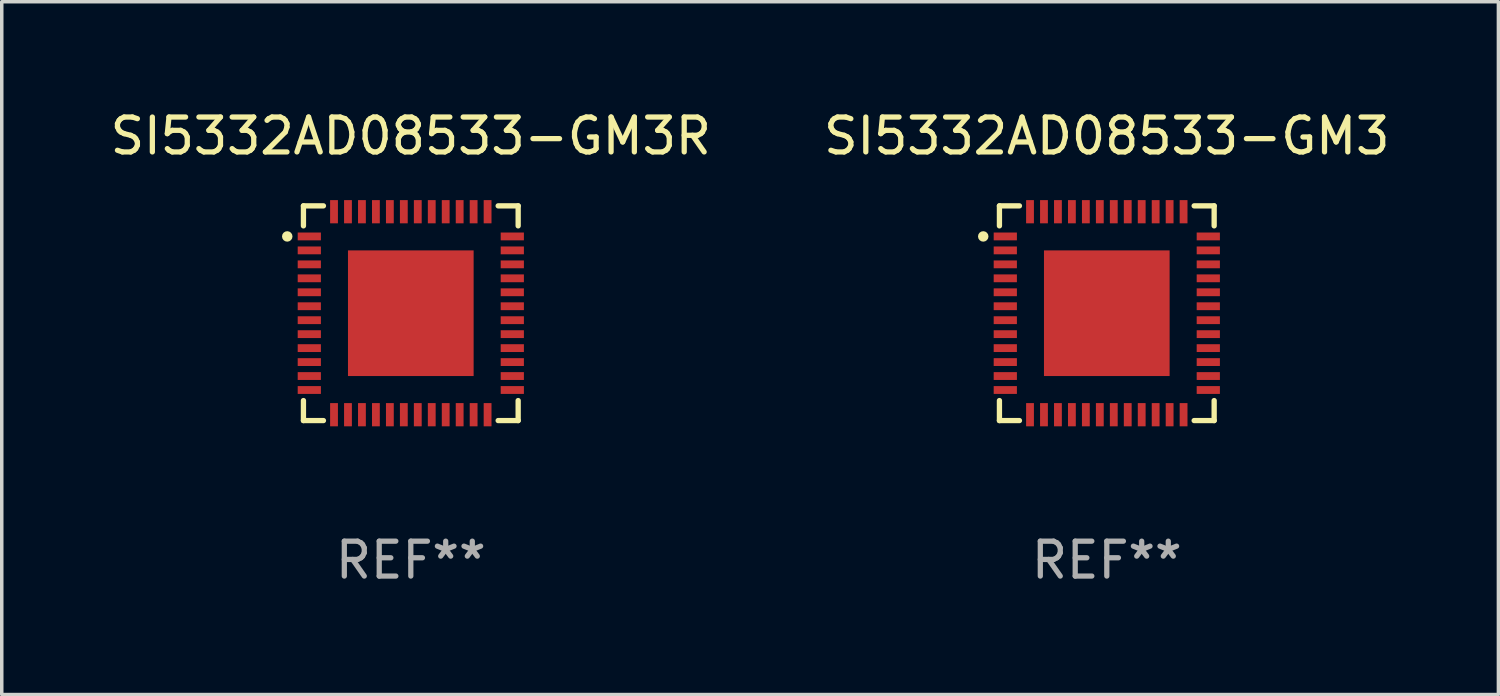
<source format=kicad_pcb>
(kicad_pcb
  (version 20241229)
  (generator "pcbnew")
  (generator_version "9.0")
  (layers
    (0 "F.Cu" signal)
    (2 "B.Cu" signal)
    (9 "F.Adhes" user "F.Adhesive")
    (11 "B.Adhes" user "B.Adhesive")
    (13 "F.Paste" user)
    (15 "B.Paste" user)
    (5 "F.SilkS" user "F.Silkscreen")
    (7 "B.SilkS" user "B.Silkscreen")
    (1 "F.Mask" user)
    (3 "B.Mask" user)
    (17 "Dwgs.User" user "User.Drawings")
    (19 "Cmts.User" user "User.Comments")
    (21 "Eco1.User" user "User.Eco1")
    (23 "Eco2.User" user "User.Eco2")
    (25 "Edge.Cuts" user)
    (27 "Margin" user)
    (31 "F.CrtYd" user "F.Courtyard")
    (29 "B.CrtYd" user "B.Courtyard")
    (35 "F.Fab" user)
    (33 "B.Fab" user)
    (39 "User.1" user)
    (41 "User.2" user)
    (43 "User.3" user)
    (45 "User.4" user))
  (footprint "SI5332AD08533-GM3"
    (layer "F.Cu")
    (at 28.661 5.924)
    (property "Reference" "SI5332AD08533-GM3" (at 0 -5.076 0) (layer "F.SilkS") (effects (font (size 1 1) (thickness 0.15))))
    (attr through_hole)
    (fp_line (start -3.076 -3.076) (end -3.076 -2.503) (stroke (width 0.152) (type solid)) (layer "F.SilkS"))
    (fp_line (start -3.076 3.076) (end -3.076 2.503) (stroke (width 0.152) (type solid)) (layer "F.SilkS"))
    (fp_line (start -2.503 -3.076) (end -3.076 -3.076) (stroke (width 0.152) (type solid)) (layer "F.SilkS"))
    (fp_line (start -2.503 3.076) (end -3.076 3.076) (stroke (width 0.152) (type solid)) (layer "F.SilkS"))
    (fp_line (start 2.503 -3.076) (end 3.076 -3.076) (stroke (width 0.152) (type solid)) (layer "F.SilkS"))
    (fp_line (start 2.503 3.076) (end 3.076 3.076) (stroke (width 0.152) (type solid)) (layer "F.SilkS"))
    (fp_line (start 3.076 -3.076) (end 3.076 -2.503) (stroke (width 0.152) (type solid)) (layer "F.SilkS"))
    (fp_line (start 3.076 3.076) (end 3.076 2.503) (stroke (width 0.152) (type solid)) (layer "F.SilkS"))
    (fp_circle (center -3.54 -2.2) (end -3.465 -2.2) (stroke (width 0.15) (type solid)) (fill no) (layer "F.SilkS"))
    (fp_text user "REF**" (at 0 7.076 0) (layer "F.Fab") (effects (font (size 1 1) (thickness 0.15))))
    (pad "1" smd rect (at -2.908 -2.2) (size 0.665 0.224) (layers "F.Cu" "F.Mask" "F.Paste"))
    (pad "2" smd rect (at -2.908 -1.8) (size 0.665 0.224) (layers "F.Cu" "F.Mask" "F.Paste"))
    (pad "3" smd rect (at -2.908 -1.4) (size 0.665 0.224) (layers "F.Cu" "F.Mask" "F.Paste"))
    (pad "4" smd rect (at -2.908 -1) (size 0.665 0.224) (layers "F.Cu" "F.Mask" "F.Paste"))
    (pad "5" smd rect (at -2.908 -0.6) (size 0.665 0.224) (layers "F.Cu" "F.Mask" "F.Paste"))
    (pad "6" smd rect (at -2.908 -0.2) (size 0.665 0.224) (layers "F.Cu" "F.Mask" "F.Paste"))
    (pad "7" smd rect (at -2.908 0.2) (size 0.665 0.224) (layers "F.Cu" "F.Mask" "F.Paste"))
    (pad "8" smd rect (at -2.908 0.6) (size 0.665 0.224) (layers "F.Cu" "F.Mask" "F.Paste"))
    (pad "9" smd rect (at -2.908 1) (size 0.665 0.224) (layers "F.Cu" "F.Mask" "F.Paste"))
    (pad "10" smd rect (at -2.908 1.4) (size 0.665 0.224) (layers "F.Cu" "F.Mask" "F.Paste"))
    (pad "11" smd rect (at -2.908 1.8) (size 0.665 0.224) (layers "F.Cu" "F.Mask" "F.Paste"))
    (pad "12" smd rect (at -2.908 2.2) (size 0.665 0.224) (layers "F.Cu" "F.Mask" "F.Paste"))
    (pad "13" smd rect (at -2.2 2.908) (size 0.224 0.665) (layers "F.Cu" "F.Mask" "F.Paste"))
    (pad "14" smd rect (at -1.8 2.908) (size 0.224 0.665) (layers "F.Cu" "F.Mask" "F.Paste"))
    (pad "15" smd rect (at -1.4 2.908) (size 0.224 0.665) (layers "F.Cu" "F.Mask" "F.Paste"))
    (pad "16" smd rect (at -1 2.908) (size 0.224 0.665) (layers "F.Cu" "F.Mask" "F.Paste"))
    (pad "17" smd rect (at -0.6 2.908) (size 0.224 0.665) (layers "F.Cu" "F.Mask" "F.Paste"))
    (pad "18" smd rect (at -0.2 2.908) (size 0.224 0.665) (layers "F.Cu" "F.Mask" "F.Paste"))
    (pad "19" smd rect (at 0.2 2.908) (size 0.224 0.665) (layers "F.Cu" "F.Mask" "F.Paste"))
    (pad "20" smd rect (at 0.6 2.908) (size 0.224 0.665) (layers "F.Cu" "F.Mask" "F.Paste"))
    (pad "21" smd rect (at 1 2.908) (size 0.224 0.665) (layers "F.Cu" "F.Mask" "F.Paste"))
    (pad "22" smd rect (at 1.4 2.908) (size 0.224 0.665) (layers "F.Cu" "F.Mask" "F.Paste"))
    (pad "23" smd rect (at 1.8 2.908) (size 0.224 0.665) (layers "F.Cu" "F.Mask" "F.Paste"))
    (pad "24" smd rect (at 2.2 2.908) (size 0.224 0.665) (layers "F.Cu" "F.Mask" "F.Paste"))
    (pad "25" smd rect (at 2.908 2.2) (size 0.665 0.224) (layers "F.Cu" "F.Mask" "F.Paste"))
    (pad "26" smd rect (at 2.908 1.8) (size 0.665 0.224) (layers "F.Cu" "F.Mask" "F.Paste"))
    (pad "27" smd rect (at 2.908 1.4) (size 0.665 0.224) (layers "F.Cu" "F.Mask" "F.Paste"))
    (pad "28" smd rect (at 2.908 1) (size 0.665 0.224) (layers "F.Cu" "F.Mask" "F.Paste"))
    (pad "29" smd rect (at 2.908 0.6) (size 0.665 0.224) (layers "F.Cu" "F.Mask" "F.Paste"))
    (pad "30" smd rect (at 2.908 0.2) (size 0.665 0.224) (layers "F.Cu" "F.Mask" "F.Paste"))
    (pad "31" smd rect (at 2.908 -0.2) (size 0.665 0.224) (layers "F.Cu" "F.Mask" "F.Paste"))
    (pad "32" smd rect (at 2.908 -0.6) (size 0.665 0.224) (layers "F.Cu" "F.Mask" "F.Paste"))
    (pad "33" smd rect (at 2.908 -1) (size 0.665 0.224) (layers "F.Cu" "F.Mask" "F.Paste"))
    (pad "34" smd rect (at 2.908 -1.4) (size 0.665 0.224) (layers "F.Cu" "F.Mask" "F.Paste"))
    (pad "35" smd rect (at 2.908 -1.8) (size 0.665 0.224) (layers "F.Cu" "F.Mask" "F.Paste"))
    (pad "36" smd rect (at 2.908 -2.2) (size 0.665 0.224) (layers "F.Cu" "F.Mask" "F.Paste"))
    (pad "37" smd rect (at 2.2 -2.908) (size 0.224 0.665) (layers "F.Cu" "F.Mask" "F.Paste"))
    (pad "38" smd rect (at 1.8 -2.908) (size 0.224 0.665) (layers "F.Cu" "F.Mask" "F.Paste"))
    (pad "39" smd rect (at 1.4 -2.908) (size 0.224 0.665) (layers "F.Cu" "F.Mask" "F.Paste"))
    (pad "40" smd rect (at 1 -2.908) (size 0.224 0.665) (layers "F.Cu" "F.Mask" "F.Paste"))
    (pad "41" smd rect (at 0.6 -2.908) (size 0.224 0.665) (layers "F.Cu" "F.Mask" "F.Paste"))
    (pad "42" smd rect (at 0.2 -2.908) (size 0.224 0.665) (layers "F.Cu" "F.Mask" "F.Paste"))
    (pad "43" smd rect (at -0.2 -2.908) (size 0.224 0.665) (layers "F.Cu" "F.Mask" "F.Paste"))
    (pad "44" smd rect (at -0.6 -2.908) (size 0.224 0.665) (layers "F.Cu" "F.Mask" "F.Paste"))
    (pad "45" smd rect (at -1 -2.908) (size 0.224 0.665) (layers "F.Cu" "F.Mask" "F.Paste"))
    (pad "46" smd rect (at -1.4 -2.908) (size 0.224 0.665) (layers "F.Cu" "F.Mask" "F.Paste"))
    (pad "47" smd rect (at -1.8 -2.908) (size 0.224 0.665) (layers "F.Cu" "F.Mask" "F.Paste"))
    (pad "48" smd rect (at -2.2 -2.908) (size 0.224 0.665) (layers "F.Cu" "F.Mask" "F.Paste"))
    (pad "49" smd rect (at 0 0) (size 3.6 3.6) (layers "F.Cu" "F.Mask" "F.Paste")))
  (footprint "SI5332AD08533-GM3R"
    (layer "F.Cu")
    (at 8.72 5.924)
    (property "Reference" "SI5332AD08533-GM3R" (at 0 -5.076 0) (layer "F.SilkS") (effects (font (size 1 1) (thickness 0.15))))
    (attr through_hole)
    (fp_line (start -3.076 -3.076) (end -3.076 -2.503) (stroke (width 0.152) (type solid)) (layer "F.SilkS"))
    (fp_line (start -3.076 3.076) (end -3.076 2.503) (stroke (width 0.152) (type solid)) (layer "F.SilkS"))
    (fp_line (start -2.503 -3.076) (end -3.076 -3.076) (stroke (width 0.152) (type solid)) (layer "F.SilkS"))
    (fp_line (start -2.503 3.076) (end -3.076 3.076) (stroke (width 0.152) (type solid)) (layer "F.SilkS"))
    (fp_line (start 2.503 -3.076) (end 3.076 -3.076) (stroke (width 0.152) (type solid)) (layer "F.SilkS"))
    (fp_line (start 2.503 3.076) (end 3.076 3.076) (stroke (width 0.152) (type solid)) (layer "F.SilkS"))
    (fp_line (start 3.076 -3.076) (end 3.076 -2.503) (stroke (width 0.152) (type solid)) (layer "F.SilkS"))
    (fp_line (start 3.076 3.076) (end 3.076 2.503) (stroke (width 0.152) (type solid)) (layer "F.SilkS"))
    (fp_circle (center -3.54 -2.2) (end -3.465 -2.2) (stroke (width 0.15) (type solid)) (fill no) (layer "F.SilkS"))
    (fp_text user "REF**" (at 0 7.076 0) (layer "F.Fab") (effects (font (size 1 1) (thickness 0.15))))
    (pad "1" smd rect (at -2.908 -2.2) (size 0.665 0.224) (layers "F.Cu" "F.Mask" "F.Paste"))
    (pad "2" smd rect (at -2.908 -1.8) (size 0.665 0.224) (layers "F.Cu" "F.Mask" "F.Paste"))
    (pad "3" smd rect (at -2.908 -1.4) (size 0.665 0.224) (layers "F.Cu" "F.Mask" "F.Paste"))
    (pad "4" smd rect (at -2.908 -1) (size 0.665 0.224) (layers "F.Cu" "F.Mask" "F.Paste"))
    (pad "5" smd rect (at -2.908 -0.6) (size 0.665 0.224) (layers "F.Cu" "F.Mask" "F.Paste"))
    (pad "6" smd rect (at -2.908 -0.2) (size 0.665 0.224) (layers "F.Cu" "F.Mask" "F.Paste"))
    (pad "7" smd rect (at -2.908 0.2) (size 0.665 0.224) (layers "F.Cu" "F.Mask" "F.Paste"))
    (pad "8" smd rect (at -2.908 0.6) (size 0.665 0.224) (layers "F.Cu" "F.Mask" "F.Paste"))
    (pad "9" smd rect (at -2.908 1) (size 0.665 0.224) (layers "F.Cu" "F.Mask" "F.Paste"))
    (pad "10" smd rect (at -2.908 1.4) (size 0.665 0.224) (layers "F.Cu" "F.Mask" "F.Paste"))
    (pad "11" smd rect (at -2.908 1.8) (size 0.665 0.224) (layers "F.Cu" "F.Mask" "F.Paste"))
    (pad "12" smd rect (at -2.908 2.2) (size 0.665 0.224) (layers "F.Cu" "F.Mask" "F.Paste"))
    (pad "13" smd rect (at -2.2 2.908) (size 0.224 0.665) (layers "F.Cu" "F.Mask" "F.Paste"))
    (pad "14" smd rect (at -1.8 2.908) (size 0.224 0.665) (layers "F.Cu" "F.Mask" "F.Paste"))
    (pad "15" smd rect (at -1.4 2.908) (size 0.224 0.665) (layers "F.Cu" "F.Mask" "F.Paste"))
    (pad "16" smd rect (at -1 2.908) (size 0.224 0.665) (layers "F.Cu" "F.Mask" "F.Paste"))
    (pad "17" smd rect (at -0.6 2.908) (size 0.224 0.665) (layers "F.Cu" "F.Mask" "F.Paste"))
    (pad "18" smd rect (at -0.2 2.908) (size 0.224 0.665) (layers "F.Cu" "F.Mask" "F.Paste"))
    (pad "19" smd rect (at 0.2 2.908) (size 0.224 0.665) (layers "F.Cu" "F.Mask" "F.Paste"))
    (pad "20" smd rect (at 0.6 2.908) (size 0.224 0.665) (layers "F.Cu" "F.Mask" "F.Paste"))
    (pad "21" smd rect (at 1 2.908) (size 0.224 0.665) (layers "F.Cu" "F.Mask" "F.Paste"))
    (pad "22" smd rect (at 1.4 2.908) (size 0.224 0.665) (layers "F.Cu" "F.Mask" "F.Paste"))
    (pad "23" smd rect (at 1.8 2.908) (size 0.224 0.665) (layers "F.Cu" "F.Mask" "F.Paste"))
    (pad "24" smd rect (at 2.2 2.908) (size 0.224 0.665) (layers "F.Cu" "F.Mask" "F.Paste"))
    (pad "25" smd rect (at 2.908 2.2) (size 0.665 0.224) (layers "F.Cu" "F.Mask" "F.Paste"))
    (pad "26" smd rect (at 2.908 1.8) (size 0.665 0.224) (layers "F.Cu" "F.Mask" "F.Paste"))
    (pad "27" smd rect (at 2.908 1.4) (size 0.665 0.224) (layers "F.Cu" "F.Mask" "F.Paste"))
    (pad "28" smd rect (at 2.908 1) (size 0.665 0.224) (layers "F.Cu" "F.Mask" "F.Paste"))
    (pad "29" smd rect (at 2.908 0.6) (size 0.665 0.224) (layers "F.Cu" "F.Mask" "F.Paste"))
    (pad "30" smd rect (at 2.908 0.2) (size 0.665 0.224) (layers "F.Cu" "F.Mask" "F.Paste"))
    (pad "31" smd rect (at 2.908 -0.2) (size 0.665 0.224) (layers "F.Cu" "F.Mask" "F.Paste"))
    (pad "32" smd rect (at 2.908 -0.6) (size 0.665 0.224) (layers "F.Cu" "F.Mask" "F.Paste"))
    (pad "33" smd rect (at 2.908 -1) (size 0.665 0.224) (layers "F.Cu" "F.Mask" "F.Paste"))
    (pad "34" smd rect (at 2.908 -1.4) (size 0.665 0.224) (layers "F.Cu" "F.Mask" "F.Paste"))
    (pad "35" smd rect (at 2.908 -1.8) (size 0.665 0.224) (layers "F.Cu" "F.Mask" "F.Paste"))
    (pad "36" smd rect (at 2.908 -2.2) (size 0.665 0.224) (layers "F.Cu" "F.Mask" "F.Paste"))
    (pad "37" smd rect (at 2.2 -2.908) (size 0.224 0.665) (layers "F.Cu" "F.Mask" "F.Paste"))
    (pad "38" smd rect (at 1.8 -2.908) (size 0.224 0.665) (layers "F.Cu" "F.Mask" "F.Paste"))
    (pad "39" smd rect (at 1.4 -2.908) (size 0.224 0.665) (layers "F.Cu" "F.Mask" "F.Paste"))
    (pad "40" smd rect (at 1 -2.908) (size 0.224 0.665) (layers "F.Cu" "F.Mask" "F.Paste"))
    (pad "41" smd rect (at 0.6 -2.908) (size 0.224 0.665) (layers "F.Cu" "F.Mask" "F.Paste"))
    (pad "42" smd rect (at 0.2 -2.908) (size 0.224 0.665) (layers "F.Cu" "F.Mask" "F.Paste"))
    (pad "43" smd rect (at -0.2 -2.908) (size 0.224 0.665) (layers "F.Cu" "F.Mask" "F.Paste"))
    (pad "44" smd rect (at -0.6 -2.908) (size 0.224 0.665) (layers "F.Cu" "F.Mask" "F.Paste"))
    (pad "45" smd rect (at -1 -2.908) (size 0.224 0.665) (layers "F.Cu" "F.Mask" "F.Paste"))
    (pad "46" smd rect (at -1.4 -2.908) (size 0.224 0.665) (layers "F.Cu" "F.Mask" "F.Paste"))
    (pad "47" smd rect (at -1.8 -2.908) (size 0.224 0.665) (layers "F.Cu" "F.Mask" "F.Paste"))
    (pad "48" smd rect (at -2.2 -2.908) (size 0.224 0.665) (layers "F.Cu" "F.Mask" "F.Paste"))
    (pad "49" smd rect (at 0 0) (size 3.6 3.6) (layers "F.Cu" "F.Mask" "F.Paste")))
  (gr_rect
    (start -3 -3)
    (end 39.881 16.849)
    (stroke (width 0.1) (type default))
    (fill no)
    (layer "Edge.Cuts")))
</source>
